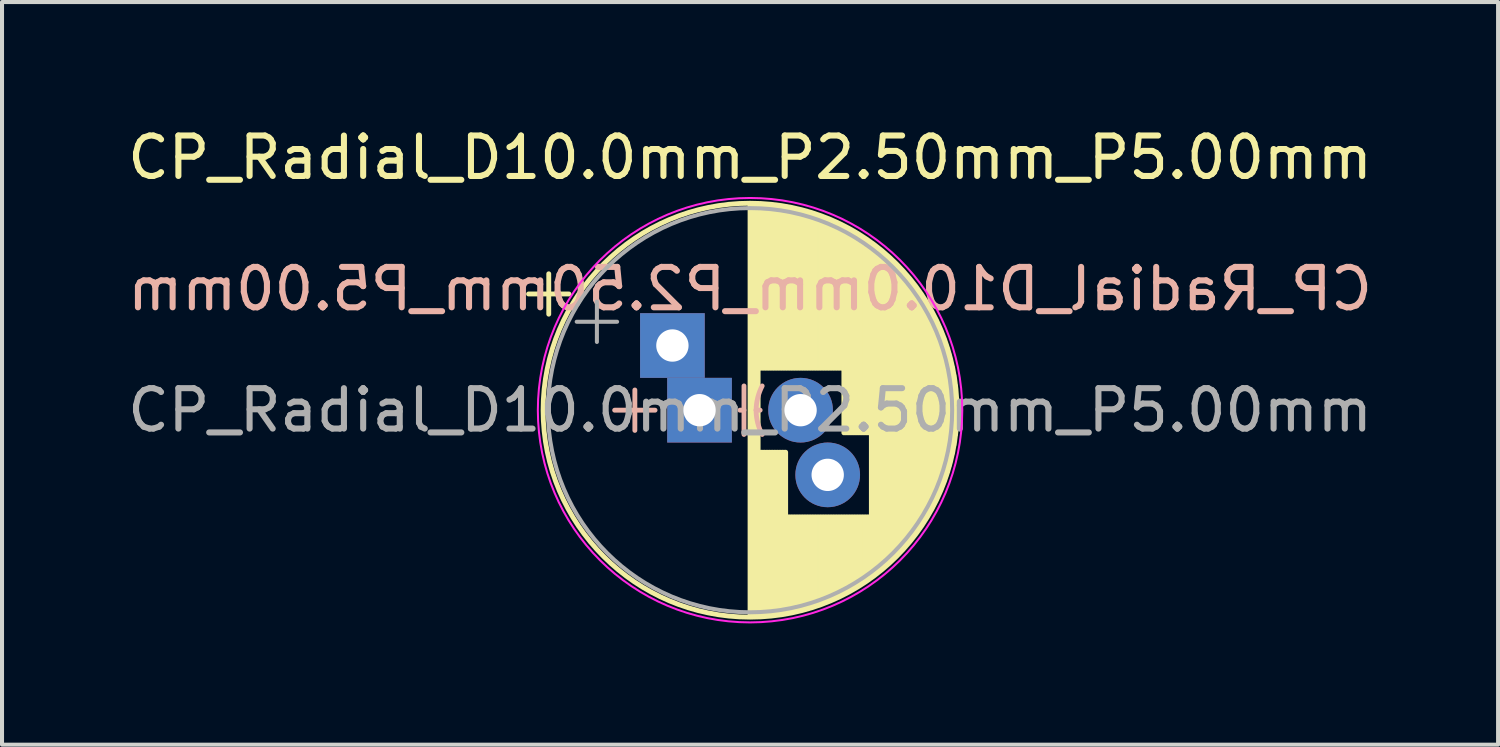
<source format=kicad_pcb>
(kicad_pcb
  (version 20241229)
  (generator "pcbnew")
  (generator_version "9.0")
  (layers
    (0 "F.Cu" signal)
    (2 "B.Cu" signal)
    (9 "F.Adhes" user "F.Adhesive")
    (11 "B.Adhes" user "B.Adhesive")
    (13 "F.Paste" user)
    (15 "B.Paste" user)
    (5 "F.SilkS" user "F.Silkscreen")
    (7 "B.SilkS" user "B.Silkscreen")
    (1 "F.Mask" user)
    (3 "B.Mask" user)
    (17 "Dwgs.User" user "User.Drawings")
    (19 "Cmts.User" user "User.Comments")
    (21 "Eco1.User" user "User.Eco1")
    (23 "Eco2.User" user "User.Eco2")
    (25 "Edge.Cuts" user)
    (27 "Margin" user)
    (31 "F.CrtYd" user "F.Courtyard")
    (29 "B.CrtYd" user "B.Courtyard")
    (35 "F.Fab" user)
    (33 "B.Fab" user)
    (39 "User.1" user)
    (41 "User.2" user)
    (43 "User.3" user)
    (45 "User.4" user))
  (footprint "CP_Radial_D10.0mm_P2.50mm_P5.00mm"
    (layer "F.Cu")
    (at 14.256 7.098)
    (property "Reference" "CP_Radial_D10.0mm_P2.50mm_P5.00mm" (at 1.25 -6.25 0) (layer "F.SilkS") (effects (font (size 1 1) (thickness 0.15))))
    (fp_line (start -4.23 -2.875) (end -3.23 -2.875) (stroke (width 0.12) (type solid)) (layer "F.SilkS"))
    (fp_line (start -3.73 -3.375) (end -3.73 -2.375) (stroke (width 0.12) (type solid)) (layer "F.SilkS"))
    (fp_line (start 1.25 -5.08) (end 1.25 5.08) (stroke (width 0.12) (type solid)) (layer "F.SilkS"))
    (fp_line (start 1.29 -5.08) (end 1.29 5.08) (stroke (width 0.12) (type solid)) (layer "F.SilkS"))
    (fp_line (start 1.33 -5.08) (end 1.33 5.08) (stroke (width 0.12) (type solid)) (layer "F.SilkS"))
    (fp_line (start 1.37 -5.079) (end 1.37 5.079) (stroke (width 0.12) (type solid)) (layer "F.SilkS"))
    (fp_line (start 1.41 -5.078) (end 1.41 5.078) (stroke (width 0.12) (type solid)) (layer "F.SilkS"))
    (fp_line (start 1.45 -5.077) (end 1.45 5.077) (stroke (width 0.12) (type solid)) (layer "F.SilkS"))
    (fp_line (start 1.49 -5.075) (end 1.49 -1.04) (stroke (width 0.12) (type solid)) (layer "F.SilkS"))
    (fp_line (start 1.49 1.04) (end 1.49 5.075) (stroke (width 0.12) (type solid)) (layer "F.SilkS"))
    (fp_line (start 1.53 -5.073) (end 1.53 -1.04) (stroke (width 0.12) (type solid)) (layer "F.SilkS"))
    (fp_line (start 1.53 1.04) (end 1.53 5.073) (stroke (width 0.12) (type solid)) (layer "F.SilkS"))
    (fp_line (start 1.57 -5.07) (end 1.57 -1.04) (stroke (width 0.12) (type solid)) (layer "F.SilkS"))
    (fp_line (start 1.57 1.04) (end 1.57 5.07) (stroke (width 0.12) (type solid)) (layer "F.SilkS"))
    (fp_line (start 1.61 -5.068) (end 1.61 -1.04) (stroke (width 0.12) (type solid)) (layer "F.SilkS"))
    (fp_line (start 1.61 1.04) (end 1.61 5.068) (stroke (width 0.12) (type solid)) (layer "F.SilkS"))
    (fp_line (start 1.65 -5.065) (end 1.65 -1.04) (stroke (width 0.12) (type solid)) (layer "F.SilkS"))
    (fp_line (start 1.65 1.04) (end 1.65 5.065) (stroke (width 0.12) (type solid)) (layer "F.SilkS"))
    (fp_line (start 1.69 -5.062) (end 1.69 -1.04) (stroke (width 0.12) (type solid)) (layer "F.SilkS"))
    (fp_line (start 1.69 1.04) (end 1.69 5.062) (stroke (width 0.12) (type solid)) (layer "F.SilkS"))
    (fp_line (start 1.73 -5.058) (end 1.73 -1.04) (stroke (width 0.12) (type solid)) (layer "F.SilkS"))
    (fp_line (start 1.73 1.04) (end 1.73 5.058) (stroke (width 0.12) (type solid)) (layer "F.SilkS"))
    (fp_line (start 1.77 -5.054) (end 1.77 -1.04) (stroke (width 0.12) (type solid)) (layer "F.SilkS"))
    (fp_line (start 1.77 1.04) (end 1.77 5.054) (stroke (width 0.12) (type solid)) (layer "F.SilkS"))
    (fp_line (start 1.81 -5.05) (end 1.81 -1.04) (stroke (width 0.12) (type solid)) (layer "F.SilkS"))
    (fp_line (start 1.81 1.04) (end 1.81 5.05) (stroke (width 0.12) (type solid)) (layer "F.SilkS"))
    (fp_line (start 1.85 -5.045) (end 1.85 -1.04) (stroke (width 0.12) (type solid)) (layer "F.SilkS"))
    (fp_line (start 1.85 1.04) (end 1.85 5.045) (stroke (width 0.12) (type solid)) (layer "F.SilkS"))
    (fp_line (start 1.89 -5.04) (end 1.89 -1.04) (stroke (width 0.12) (type solid)) (layer "F.SilkS"))
    (fp_line (start 1.89 1.04) (end 1.89 5.04) (stroke (width 0.12) (type solid)) (layer "F.SilkS"))
    (fp_line (start 1.93 -5.035) (end 1.93 -1.04) (stroke (width 0.12) (type solid)) (layer "F.SilkS"))
    (fp_line (start 1.93 1.04) (end 1.93 5.035) (stroke (width 0.12) (type solid)) (layer "F.SilkS"))
    (fp_line (start 1.971 -5.03) (end 1.971 -1.04) (stroke (width 0.12) (type solid)) (layer "F.SilkS"))
    (fp_line (start 1.971 1.04) (end 1.971 5.03) (stroke (width 0.12) (type solid)) (layer "F.SilkS"))
    (fp_line (start 2.011 -5.024) (end 2.011 -1.04) (stroke (width 0.12) (type solid)) (layer "F.SilkS"))
    (fp_line (start 2.011 1.04) (end 2.011 5.024) (stroke (width 0.12) (type solid)) (layer "F.SilkS"))
    (fp_line (start 2.051 -5.018) (end 2.051 -1.04) (stroke (width 0.12) (type solid)) (layer "F.SilkS"))
    (fp_line (start 2.051 1.04) (end 2.051 5.018) (stroke (width 0.12) (type solid)) (layer "F.SilkS"))
    (fp_line (start 2.091 -5.011) (end 2.091 -1.04) (stroke (width 0.12) (type solid)) (layer "F.SilkS"))
    (fp_line (start 2.091 1.04) (end 2.091 5.011) (stroke (width 0.12) (type solid)) (layer "F.SilkS"))
    (fp_line (start 2.131 -5.004) (end 2.131 -1.04) (stroke (width 0.12) (type solid)) (layer "F.SilkS"))
    (fp_line (start 2.131 1.04) (end 2.131 5.004) (stroke (width 0.12) (type solid)) (layer "F.SilkS"))
    (fp_line (start 2.171 -4.997) (end 2.171 -1.04) (stroke (width 0.12) (type solid)) (layer "F.SilkS"))
    (fp_line (start 2.171 2.64) (end 2.171 4.997) (stroke (width 0.12) (type solid)) (layer "F.SilkS"))
    (fp_line (start 2.211 -4.99) (end 2.211 -1.04) (stroke (width 0.12) (type solid)) (layer "F.SilkS"))
    (fp_line (start 2.211 2.64) (end 2.211 4.99) (stroke (width 0.12) (type solid)) (layer "F.SilkS"))
    (fp_line (start 2.251 -4.982) (end 2.251 -1.04) (stroke (width 0.12) (type solid)) (layer "F.SilkS"))
    (fp_line (start 2.251 2.64) (end 2.251 4.982) (stroke (width 0.12) (type solid)) (layer "F.SilkS"))
    (fp_line (start 2.291 -4.974) (end 2.291 -1.04) (stroke (width 0.12) (type solid)) (layer "F.SilkS"))
    (fp_line (start 2.291 2.64) (end 2.291 4.974) (stroke (width 0.12) (type solid)) (layer "F.SilkS"))
    (fp_line (start 2.331 -4.965) (end 2.331 -1.04) (stroke (width 0.12) (type solid)) (layer "F.SilkS"))
    (fp_line (start 2.331 2.64) (end 2.331 4.965) (stroke (width 0.12) (type solid)) (layer "F.SilkS"))
    (fp_line (start 2.371 -4.956) (end 2.371 -1.04) (stroke (width 0.12) (type solid)) (layer "F.SilkS"))
    (fp_line (start 2.371 2.64) (end 2.371 4.956) (stroke (width 0.12) (type solid)) (layer "F.SilkS"))
    (fp_line (start 2.411 -4.947) (end 2.411 -1.04) (stroke (width 0.12) (type solid)) (layer "F.SilkS"))
    (fp_line (start 2.411 2.64) (end 2.411 4.947) (stroke (width 0.12) (type solid)) (layer "F.SilkS"))
    (fp_line (start 2.451 -4.938) (end 2.451 -1.04) (stroke (width 0.12) (type solid)) (layer "F.SilkS"))
    (fp_line (start 2.451 2.64) (end 2.451 4.938) (stroke (width 0.12) (type solid)) (layer "F.SilkS"))
    (fp_line (start 2.491 -4.928) (end 2.491 -1.04) (stroke (width 0.12) (type solid)) (layer "F.SilkS"))
    (fp_line (start 2.491 2.64) (end 2.491 4.928) (stroke (width 0.12) (type solid)) (layer "F.SilkS"))
    (fp_line (start 2.531 -4.918) (end 2.531 -1.04) (stroke (width 0.12) (type solid)) (layer "F.SilkS"))
    (fp_line (start 2.531 2.64) (end 2.531 4.918) (stroke (width 0.12) (type solid)) (layer "F.SilkS"))
    (fp_line (start 2.571 -4.907) (end 2.571 -1.04) (stroke (width 0.12) (type solid)) (layer "F.SilkS"))
    (fp_line (start 2.571 2.64) (end 2.571 4.907) (stroke (width 0.12) (type solid)) (layer "F.SilkS"))
    (fp_line (start 2.611 -4.897) (end 2.611 -1.04) (stroke (width 0.12) (type solid)) (layer "F.SilkS"))
    (fp_line (start 2.611 2.64) (end 2.611 4.897) (stroke (width 0.12) (type solid)) (layer "F.SilkS"))
    (fp_line (start 2.651 -4.885) (end 2.651 -1.04) (stroke (width 0.12) (type solid)) (layer "F.SilkS"))
    (fp_line (start 2.651 2.64) (end 2.651 4.885) (stroke (width 0.12) (type solid)) (layer "F.SilkS"))
    (fp_line (start 2.691 -4.874) (end 2.691 -1.04) (stroke (width 0.12) (type solid)) (layer "F.SilkS"))
    (fp_line (start 2.691 2.64) (end 2.691 4.874) (stroke (width 0.12) (type solid)) (layer "F.SilkS"))
    (fp_line (start 2.731 -4.862) (end 2.731 -1.04) (stroke (width 0.12) (type solid)) (layer "F.SilkS"))
    (fp_line (start 2.731 2.64) (end 2.731 4.862) (stroke (width 0.12) (type solid)) (layer "F.SilkS"))
    (fp_line (start 2.771 -4.85) (end 2.771 -1.04) (stroke (width 0.12) (type solid)) (layer "F.SilkS"))
    (fp_line (start 2.771 2.64) (end 2.771 4.85) (stroke (width 0.12) (type solid)) (layer "F.SilkS"))
    (fp_line (start 2.811 -4.837) (end 2.811 -1.04) (stroke (width 0.12) (type solid)) (layer "F.SilkS"))
    (fp_line (start 2.811 2.64) (end 2.811 4.837) (stroke (width 0.12) (type solid)) (layer "F.SilkS"))
    (fp_line (start 2.851 -4.824) (end 2.851 -1.04) (stroke (width 0.12) (type solid)) (layer "F.SilkS"))
    (fp_line (start 2.851 2.64) (end 2.851 4.824) (stroke (width 0.12) (type solid)) (layer "F.SilkS"))
    (fp_line (start 2.891 -4.811) (end 2.891 -1.04) (stroke (width 0.12) (type solid)) (layer "F.SilkS"))
    (fp_line (start 2.891 2.64) (end 2.891 4.811) (stroke (width 0.12) (type solid)) (layer "F.SilkS"))
    (fp_line (start 2.931 -4.797) (end 2.931 -1.04) (stroke (width 0.12) (type solid)) (layer "F.SilkS"))
    (fp_line (start 2.931 2.64) (end 2.931 4.797) (stroke (width 0.12) (type solid)) (layer "F.SilkS"))
    (fp_line (start 2.971 -4.783) (end 2.971 -1.04) (stroke (width 0.12) (type solid)) (layer "F.SilkS"))
    (fp_line (start 2.971 2.64) (end 2.971 4.783) (stroke (width 0.12) (type solid)) (layer "F.SilkS"))
    (fp_line (start 3.011 -4.768) (end 3.011 -1.04) (stroke (width 0.12) (type solid)) (layer "F.SilkS"))
    (fp_line (start 3.011 2.64) (end 3.011 4.768) (stroke (width 0.12) (type solid)) (layer "F.SilkS"))
    (fp_line (start 3.051 -4.754) (end 3.051 -1.04) (stroke (width 0.12) (type solid)) (layer "F.SilkS"))
    (fp_line (start 3.051 2.64) (end 3.051 4.754) (stroke (width 0.12) (type solid)) (layer "F.SilkS"))
    (fp_line (start 3.091 -4.738) (end 3.091 -1.04) (stroke (width 0.12) (type solid)) (layer "F.SilkS"))
    (fp_line (start 3.091 2.64) (end 3.091 4.738) (stroke (width 0.12) (type solid)) (layer "F.SilkS"))
    (fp_line (start 3.131 -4.723) (end 3.131 -1.04) (stroke (width 0.12) (type solid)) (layer "F.SilkS"))
    (fp_line (start 3.131 2.64) (end 3.131 4.723) (stroke (width 0.12) (type solid)) (layer "F.SilkS"))
    (fp_line (start 3.171 -4.707) (end 3.171 -1.04) (stroke (width 0.12) (type solid)) (layer "F.SilkS"))
    (fp_line (start 3.171 2.64) (end 3.171 4.707) (stroke (width 0.12) (type solid)) (layer "F.SilkS"))
    (fp_line (start 3.211 -4.69) (end 3.211 -1.04) (stroke (width 0.12) (type solid)) (layer "F.SilkS"))
    (fp_line (start 3.211 2.64) (end 3.211 4.69) (stroke (width 0.12) (type solid)) (layer "F.SilkS"))
    (fp_line (start 3.251 -4.674) (end 3.251 -1.04) (stroke (width 0.12) (type solid)) (layer "F.SilkS"))
    (fp_line (start 3.251 2.64) (end 3.251 4.674) (stroke (width 0.12) (type solid)) (layer "F.SilkS"))
    (fp_line (start 3.291 -4.657) (end 3.291 -1.04) (stroke (width 0.12) (type solid)) (layer "F.SilkS"))
    (fp_line (start 3.291 2.64) (end 3.291 4.657) (stroke (width 0.12) (type solid)) (layer "F.SilkS"))
    (fp_line (start 3.331 -4.639) (end 3.331 -1.04) (stroke (width 0.12) (type solid)) (layer "F.SilkS"))
    (fp_line (start 3.331 2.64) (end 3.331 4.639) (stroke (width 0.12) (type solid)) (layer "F.SilkS"))
    (fp_line (start 3.371 -4.621) (end 3.371 -1.04) (stroke (width 0.12) (type solid)) (layer "F.SilkS"))
    (fp_line (start 3.371 2.64) (end 3.371 4.621) (stroke (width 0.12) (type solid)) (layer "F.SilkS"))
    (fp_line (start 3.411 -4.603) (end 3.411 -1.04) (stroke (width 0.12) (type solid)) (layer "F.SilkS"))
    (fp_line (start 3.411 2.64) (end 3.411 4.603) (stroke (width 0.12) (type solid)) (layer "F.SilkS"))
    (fp_line (start 3.451 -4.584) (end 3.451 -1.04) (stroke (width 0.12) (type solid)) (layer "F.SilkS"))
    (fp_line (start 3.451 2.64) (end 3.451 4.584) (stroke (width 0.12) (type solid)) (layer "F.SilkS"))
    (fp_line (start 3.491 -4.564) (end 3.491 -1.04) (stroke (width 0.12) (type solid)) (layer "F.SilkS"))
    (fp_line (start 3.491 2.64) (end 3.491 4.564) (stroke (width 0.12) (type solid)) (layer "F.SilkS"))
    (fp_line (start 3.531 -4.545) (end 3.531 -1.04) (stroke (width 0.12) (type solid)) (layer "F.SilkS"))
    (fp_line (start 3.531 2.64) (end 3.531 4.545) (stroke (width 0.12) (type solid)) (layer "F.SilkS"))
    (fp_line (start 3.571 -4.525) (end 3.571 0.56) (stroke (width 0.12) (type solid)) (layer "F.SilkS"))
    (fp_line (start 3.571 2.64) (end 3.571 4.525) (stroke (width 0.12) (type solid)) (layer "F.SilkS"))
    (fp_line (start 3.611 -4.504) (end 3.611 0.56) (stroke (width 0.12) (type solid)) (layer "F.SilkS"))
    (fp_line (start 3.611 2.64) (end 3.611 4.504) (stroke (width 0.12) (type solid)) (layer "F.SilkS"))
    (fp_line (start 3.651 -4.483) (end 3.651 0.56) (stroke (width 0.12) (type solid)) (layer "F.SilkS"))
    (fp_line (start 3.651 2.64) (end 3.651 4.483) (stroke (width 0.12) (type solid)) (layer "F.SilkS"))
    (fp_line (start 3.691 -4.462) (end 3.691 0.56) (stroke (width 0.12) (type solid)) (layer "F.SilkS"))
    (fp_line (start 3.691 2.64) (end 3.691 4.462) (stroke (width 0.12) (type solid)) (layer "F.SilkS"))
    (fp_line (start 3.731 -4.44) (end 3.731 0.56) (stroke (width 0.12) (type solid)) (layer "F.SilkS"))
    (fp_line (start 3.731 2.64) (end 3.731 4.44) (stroke (width 0.12) (type solid)) (layer "F.SilkS"))
    (fp_line (start 3.771 -4.417) (end 3.771 0.56) (stroke (width 0.12) (type solid)) (layer "F.SilkS"))
    (fp_line (start 3.771 2.64) (end 3.771 4.417) (stroke (width 0.12) (type solid)) (layer "F.SilkS"))
    (fp_line (start 3.811 -4.395) (end 3.811 0.56) (stroke (width 0.12) (type solid)) (layer "F.SilkS"))
    (fp_line (start 3.811 2.64) (end 3.811 4.395) (stroke (width 0.12) (type solid)) (layer "F.SilkS"))
    (fp_line (start 3.851 -4.371) (end 3.851 0.56) (stroke (width 0.12) (type solid)) (layer "F.SilkS"))
    (fp_line (start 3.851 2.64) (end 3.851 4.371) (stroke (width 0.12) (type solid)) (layer "F.SilkS"))
    (fp_line (start 3.891 -4.347) (end 3.891 0.56) (stroke (width 0.12) (type solid)) (layer "F.SilkS"))
    (fp_line (start 3.891 2.64) (end 3.891 4.347) (stroke (width 0.12) (type solid)) (layer "F.SilkS"))
    (fp_line (start 3.931 -4.323) (end 3.931 0.56) (stroke (width 0.12) (type solid)) (layer "F.SilkS"))
    (fp_line (start 3.931 2.64) (end 3.931 4.323) (stroke (width 0.12) (type solid)) (layer "F.SilkS"))
    (fp_line (start 3.971 -4.298) (end 3.971 0.56) (stroke (width 0.12) (type solid)) (layer "F.SilkS"))
    (fp_line (start 3.971 2.64) (end 3.971 4.298) (stroke (width 0.12) (type solid)) (layer "F.SilkS"))
    (fp_line (start 4.011 -4.273) (end 4.011 0.56) (stroke (width 0.12) (type solid)) (layer "F.SilkS"))
    (fp_line (start 4.011 2.64) (end 4.011 4.273) (stroke (width 0.12) (type solid)) (layer "F.SilkS"))
    (fp_line (start 4.051 -4.247) (end 4.051 0.56) (stroke (width 0.12) (type solid)) (layer "F.SilkS"))
    (fp_line (start 4.051 2.64) (end 4.051 4.247) (stroke (width 0.12) (type solid)) (layer "F.SilkS"))
    (fp_line (start 4.091 -4.221) (end 4.091 0.56) (stroke (width 0.12) (type solid)) (layer "F.SilkS"))
    (fp_line (start 4.091 2.64) (end 4.091 4.221) (stroke (width 0.12) (type solid)) (layer "F.SilkS"))
    (fp_line (start 4.131 -4.194) (end 4.131 0.56) (stroke (width 0.12) (type solid)) (layer "F.SilkS"))
    (fp_line (start 4.131 2.64) (end 4.131 4.194) (stroke (width 0.12) (type solid)) (layer "F.SilkS"))
    (fp_line (start 4.171 -4.166) (end 4.171 0.56) (stroke (width 0.12) (type solid)) (layer "F.SilkS"))
    (fp_line (start 4.171 2.64) (end 4.171 4.166) (stroke (width 0.12) (type solid)) (layer "F.SilkS"))
    (fp_line (start 4.211 -4.138) (end 4.211 0.56) (stroke (width 0.12) (type solid)) (layer "F.SilkS"))
    (fp_line (start 4.211 2.64) (end 4.211 4.138) (stroke (width 0.12) (type solid)) (layer "F.SilkS"))
    (fp_line (start 4.251 -4.11) (end 4.251 4.11) (stroke (width 0.12) (type solid)) (layer "F.SilkS"))
    (fp_line (start 4.291 -4.08) (end 4.291 4.08) (stroke (width 0.12) (type solid)) (layer "F.SilkS"))
    (fp_line (start 4.331 -4.05) (end 4.331 4.05) (stroke (width 0.12) (type solid)) (layer "F.SilkS"))
    (fp_line (start 4.371 -4.02) (end 4.371 4.02) (stroke (width 0.12) (type solid)) (layer "F.SilkS"))
    (fp_line (start 4.411 -3.989) (end 4.411 3.989) (stroke (width 0.12) (type solid)) (layer "F.SilkS"))
    (fp_line (start 4.451 -3.957) (end 4.451 3.957) (stroke (width 0.12) (type solid)) (layer "F.SilkS"))
    (fp_line (start 4.491 -3.925) (end 4.491 3.925) (stroke (width 0.12) (type solid)) (layer "F.SilkS"))
    (fp_line (start 4.531 -3.892) (end 4.531 3.892) (stroke (width 0.12) (type solid)) (layer "F.SilkS"))
    (fp_line (start 4.571 -3.858) (end 4.571 3.858) (stroke (width 0.12) (type solid)) (layer "F.SilkS"))
    (fp_line (start 4.611 -3.824) (end 4.611 3.824) (stroke (width 0.12) (type solid)) (layer "F.SilkS"))
    (fp_line (start 4.651 -3.789) (end 4.651 3.789) (stroke (width 0.12) (type solid)) (layer "F.SilkS"))
    (fp_line (start 4.691 -3.753) (end 4.691 3.753) (stroke (width 0.12) (type solid)) (layer "F.SilkS"))
    (fp_line (start 4.731 -3.716) (end 4.731 3.716) (stroke (width 0.12) (type solid)) (layer "F.SilkS"))
    (fp_line (start 4.771 -3.679) (end 4.771 3.679) (stroke (width 0.12) (type solid)) (layer "F.SilkS"))
    (fp_line (start 4.811 -3.64) (end 4.811 3.64) (stroke (width 0.12) (type solid)) (layer "F.SilkS"))
    (fp_line (start 4.851 -3.601) (end 4.851 3.601) (stroke (width 0.12) (type solid)) (layer "F.SilkS"))
    (fp_line (start 4.891 -3.561) (end 4.891 3.561) (stroke (width 0.12) (type solid)) (layer "F.SilkS"))
    (fp_line (start 4.931 -3.52) (end 4.931 3.52) (stroke (width 0.12) (type solid)) (layer "F.SilkS"))
    (fp_line (start 4.971 -3.478) (end 4.971 3.478) (stroke (width 0.12) (type solid)) (layer "F.SilkS"))
    (fp_line (start 5.011 -3.436) (end 5.011 3.436) (stroke (width 0.12) (type solid)) (layer "F.SilkS"))
    (fp_line (start 5.051 -3.392) (end 5.051 3.392) (stroke (width 0.12) (type solid)) (layer "F.SilkS"))
    (fp_line (start 5.091 -3.347) (end 5.091 3.347) (stroke (width 0.12) (type solid)) (layer "F.SilkS"))
    (fp_line (start 5.131 -3.301) (end 5.131 3.301) (stroke (width 0.12) (type solid)) (layer "F.SilkS"))
    (fp_line (start 5.171 -3.254) (end 5.171 3.254) (stroke (width 0.12) (type solid)) (layer "F.SilkS"))
    (fp_line (start 5.211 -3.206) (end 5.211 3.206) (stroke (width 0.12) (type solid)) (layer "F.SilkS"))
    (fp_line (start 5.251 -3.156) (end 5.251 3.156) (stroke (width 0.12) (type solid)) (layer "F.SilkS"))
    (fp_line (start 5.291 -3.106) (end 5.291 3.106) (stroke (width 0.12) (type solid)) (layer "F.SilkS"))
    (fp_line (start 5.331 -3.054) (end 5.331 3.054) (stroke (width 0.12) (type solid)) (layer "F.SilkS"))
    (fp_line (start 5.371 -3) (end 5.371 3) (stroke (width 0.12) (type solid)) (layer "F.SilkS"))
    (fp_line (start 5.411 -2.945) (end 5.411 2.945) (stroke (width 0.12) (type solid)) (layer "F.SilkS"))
    (fp_line (start 5.451 -2.889) (end 5.451 2.889) (stroke (width 0.12) (type solid)) (layer "F.SilkS"))
    (fp_line (start 5.491 -2.83) (end 5.491 2.83) (stroke (width 0.12) (type solid)) (layer "F.SilkS"))
    (fp_line (start 5.531 -2.77) (end 5.531 2.77) (stroke (width 0.12) (type solid)) (layer "F.SilkS"))
    (fp_line (start 5.571 -2.709) (end 5.571 2.709) (stroke (width 0.12) (type solid)) (layer "F.SilkS"))
    (fp_line (start 5.611 -2.645) (end 5.611 2.645) (stroke (width 0.12) (type solid)) (layer "F.SilkS"))
    (fp_line (start 5.651 -2.579) (end 5.651 2.579) (stroke (width 0.12) (type solid)) (layer "F.SilkS"))
    (fp_line (start 5.691 -2.51) (end 5.691 2.51) (stroke (width 0.12) (type solid)) (layer "F.SilkS"))
    (fp_line (start 5.731 -2.439) (end 5.731 2.439) (stroke (width 0.12) (type solid)) (layer "F.SilkS"))
    (fp_line (start 5.771 -2.365) (end 5.771 2.365) (stroke (width 0.12) (type solid)) (layer "F.SilkS"))
    (fp_line (start 5.811 -2.289) (end 5.811 2.289) (stroke (width 0.12) (type solid)) (layer "F.SilkS"))
    (fp_line (start 5.851 -2.209) (end 5.851 2.209) (stroke (width 0.12) (type solid)) (layer "F.SilkS"))
    (fp_line (start 5.891 -2.125) (end 5.891 2.125) (stroke (width 0.12) (type solid)) (layer "F.SilkS"))
    (fp_line (start 5.931 -2.037) (end 5.931 2.037) (stroke (width 0.12) (type solid)) (layer "F.SilkS"))
    (fp_line (start 5.971 -1.944) (end 5.971 1.944) (stroke (width 0.12) (type solid)) (layer "F.SilkS"))
    (fp_line (start 6.011 -1.846) (end 6.011 1.846) (stroke (width 0.12) (type solid)) (layer "F.SilkS"))
    (fp_line (start 6.051 -1.742) (end 6.051 1.742) (stroke (width 0.12) (type solid)) (layer "F.SilkS"))
    (fp_line (start 6.091 -1.63) (end 6.091 1.63) (stroke (width 0.12) (type solid)) (layer "F.SilkS"))
    (fp_line (start 6.131 -1.51) (end 6.131 1.51) (stroke (width 0.12) (type solid)) (layer "F.SilkS"))
    (fp_line (start 6.171 -1.378) (end 6.171 1.378) (stroke (width 0.12) (type solid)) (layer "F.SilkS"))
    (fp_line (start 6.211 -1.23) (end 6.211 1.23) (stroke (width 0.12) (type solid)) (layer "F.SilkS"))
    (fp_line (start 6.251 -1.062) (end 6.251 1.062) (stroke (width 0.12) (type solid)) (layer "F.SilkS"))
    (fp_line (start 6.291 -0.862) (end 6.291 0.862) (stroke (width 0.12) (type solid)) (layer "F.SilkS"))
    (fp_line (start 6.331 -0.599) (end 6.331 0.599) (stroke (width 0.12) (type solid)) (layer "F.SilkS"))
    (fp_circle (center 1.25 0) (end 6.37 0) (stroke (width 0.12) (type solid)) (fill no) (layer "F.SilkS"))
    (fp_line (start -1.6 -0.5) (end -1.6 0.5) (stroke (width 0.12) (type solid)) (layer "B.SilkS"))
    (fp_line (start -1.1 0) (end -2.1 0) (stroke (width 0.12) (type solid)) (layer "B.SilkS"))
    (fp_line (start 1.1 0) (end 1 0) (stroke (width 0.12) (type solid)) (layer "B.SilkS"))
    (fp_line (start 1.1 0.6) (end 1.1 -0.6) (stroke (width 0.12) (type solid)) (layer "B.SilkS"))
    (fp_line (start 1.4 0) (end 1.5 0) (stroke (width 0.12) (type solid)) (layer "B.SilkS"))
    (fp_arc (start 1.4 0) (mid 1.440022 -0.308744) (end 1.55 -0.6) (stroke (width 0.12) (type solid)) (layer "B.SilkS"))
    (fp_arc (start 1.55 0.6) (mid 1.438098 0.309225) (end 1.4 0) (stroke (width 0.12) (type solid)) (layer "B.SilkS"))
    (fp_circle (center 1.25 0) (end 6.5 0) (stroke (width 0.05) (type solid)) (fill no) (layer "F.CrtYd"))
    (fp_line (start -3.039 -2.188) (end -2.039 -2.188) (stroke (width 0.1) (type solid)) (layer "F.Fab"))
    (fp_line (start -2.539 -2.688) (end -2.539 -1.688) (stroke (width 0.1) (type solid)) (layer "F.Fab"))
    (fp_circle (center 1.25 0) (end 6.25 0) (stroke (width 0.1) (type solid)) (fill no) (layer "F.Fab"))
    (fp_text user "${REFERENCE}" (at 1.25 -3 0) (layer "B.SilkS") (effects (font (size 1 1) (thickness 0.15)) (justify mirror)))
    (fp_text user "${REFERENCE}" (at 1.25 0 0) (layer "F.Fab") (effects (font (size 1 1) (thickness 0.15))))
    (pad "1" thru_hole rect (at -0.671 -1.6) (size 1.6 1.6) (drill 0.8) (layers "*.Cu" "*.Mask"))
    (pad "1" thru_hole rect (at 0 0) (size 1.6 1.6) (drill 0.8) (layers "*.Cu" "*.Mask"))
    (pad "2" thru_hole circle (at 2.5 0) (size 1.6 1.6) (drill 0.8) (layers "*.Cu" "*.Mask"))
    (pad "2" thru_hole circle (at 3.171 1.6) (size 1.6 1.6) (drill 0.8) (layers "*.Cu" "*.Mask")))
  (gr_rect
    (start -3 -3)
    (end 34.012 15.373)
    (stroke (width 0.1) (type default))
    (fill no)
    (layer "Edge.Cuts")))
</source>
